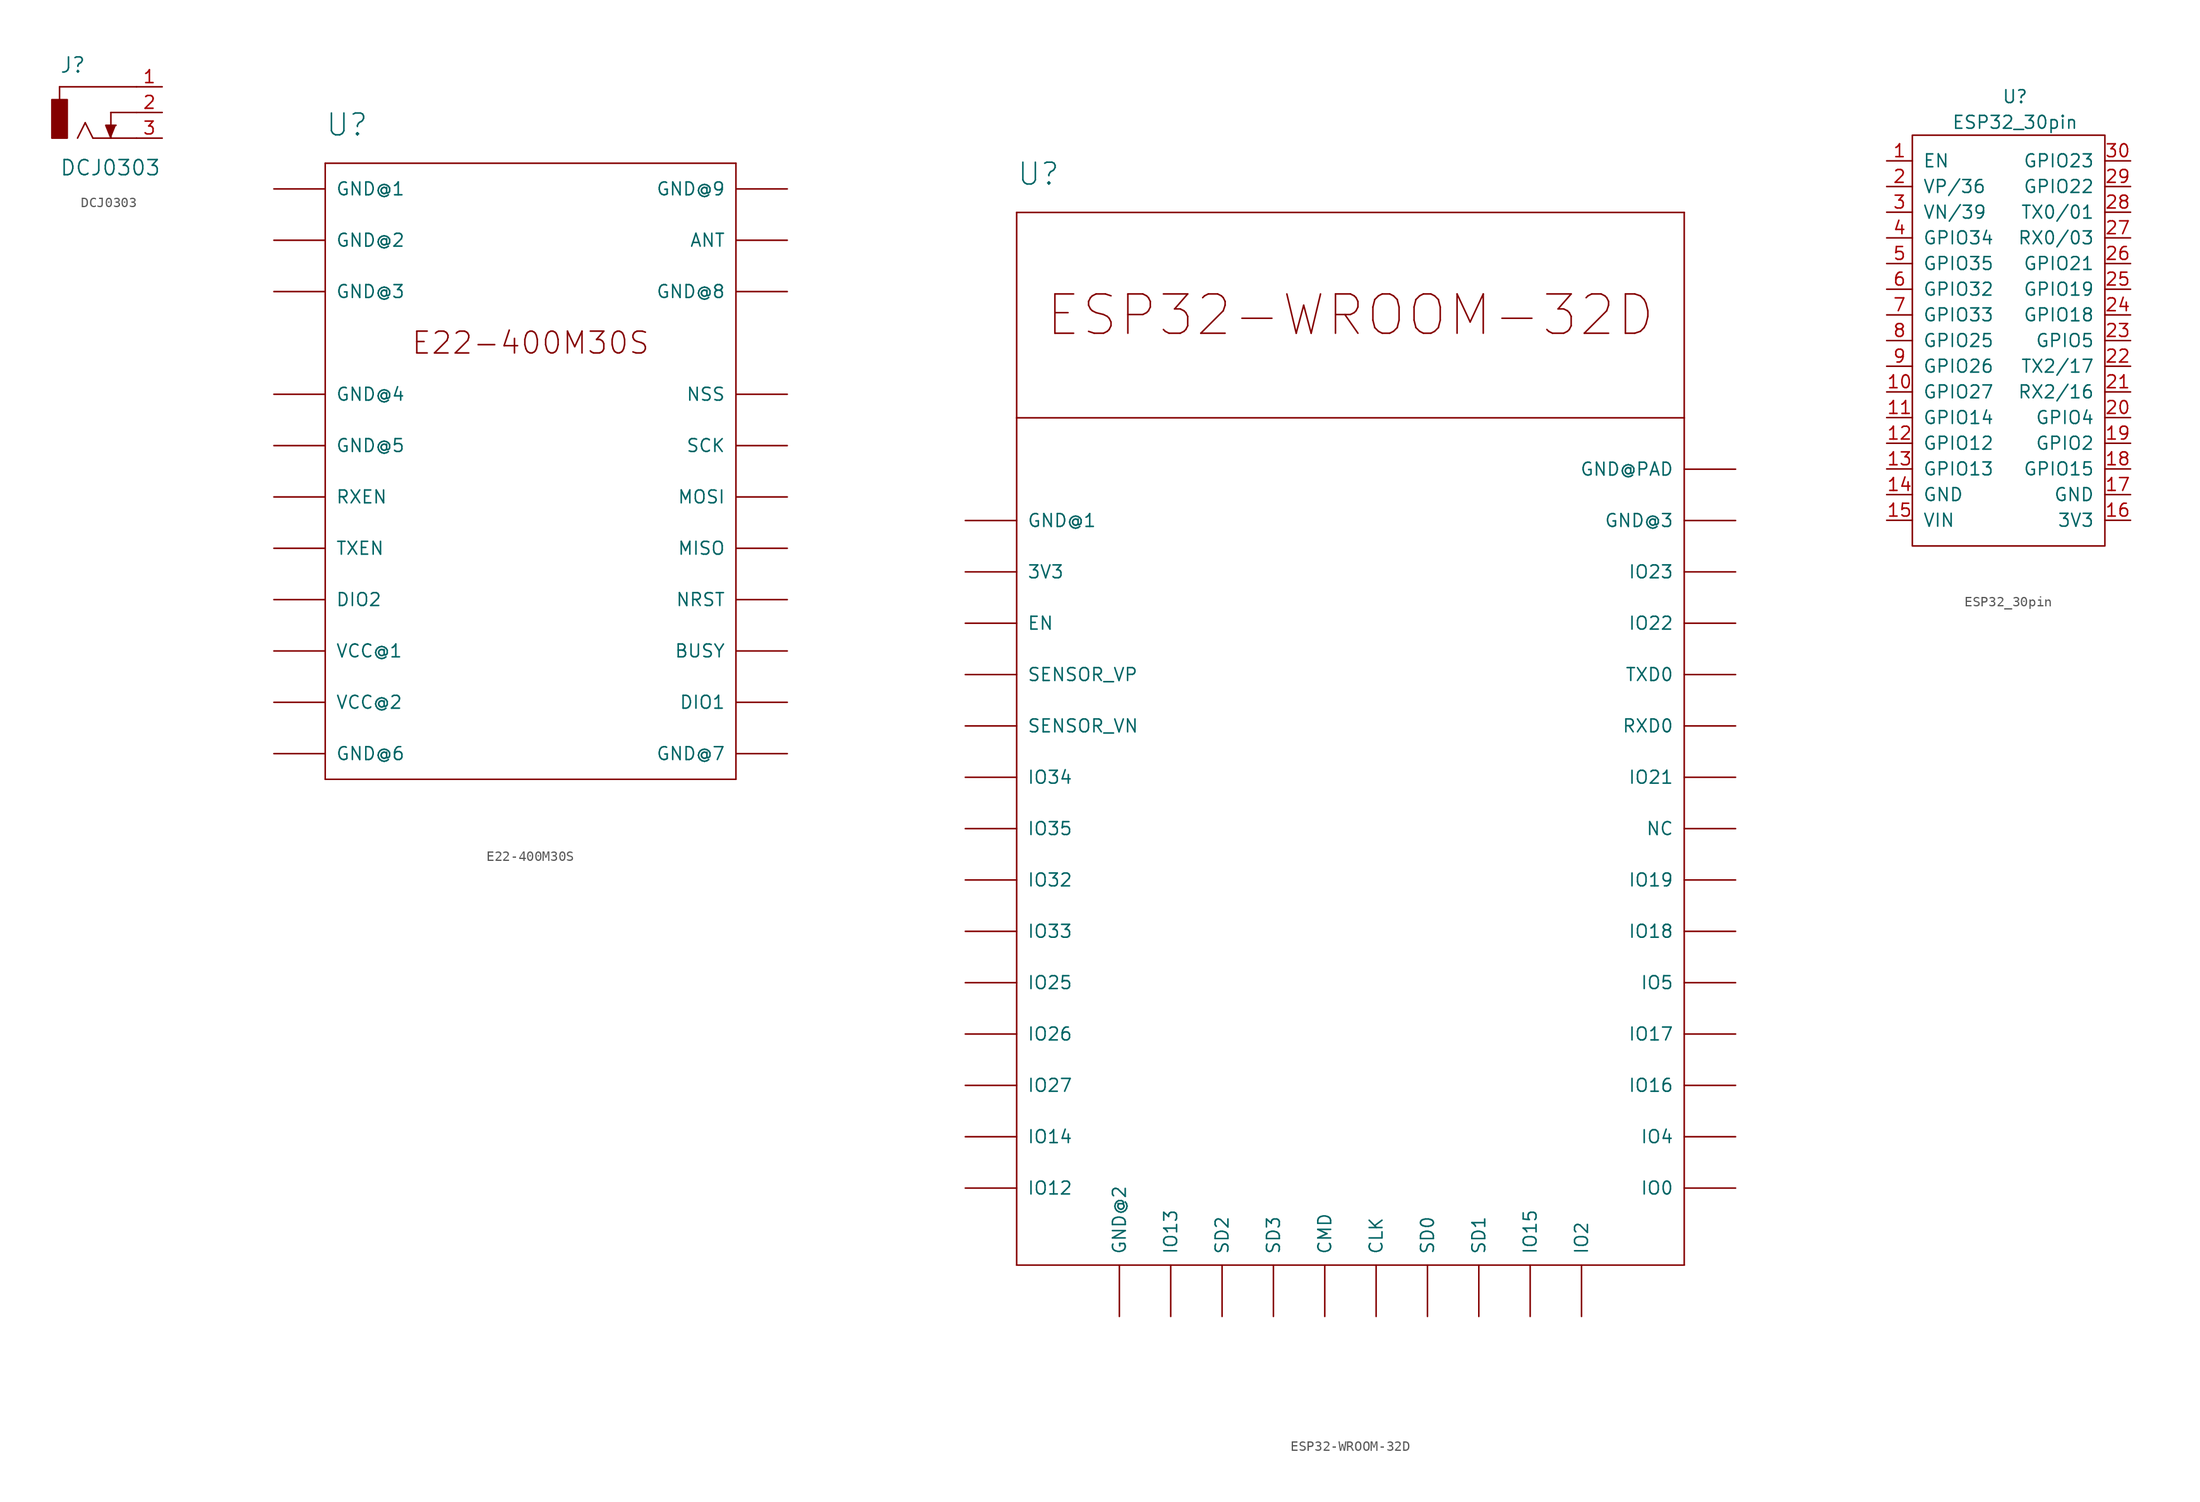
<source format=kicad_sym>
(kicad_symbol_lib
  (version 20211014)
  (generator kicad_symbol_editor)
  (symbol "DCJ0303"
    (pin_names
      (offset 1.016))
    (property "Reference" "J"
      (at -2.54 3.81 0)
      (effects (font (size 1.499 1.499)) (justify left bottom)))
    (property "Value" "DCJ0303"
      (at -2.54 -6.35 0)
      (effects (font (size 1.499 1.499)) (justify left bottom)))
    (property "ki_locked" ""
      (at 0 0 0)
      (effects (font (size 1.27 1.27))))
    (symbol "DCJ0303_1_0"
      (rectangle (start -3.302 -2.54) (end -1.778 1.27) (stroke (width 0) (type default) (color 0 0 0 0)) (fill (type outline)))
      (polyline (pts (xy -2.54 2.54) (xy -2.54 1.27)) (stroke (width 0) (type default) (color 0 0 0 0)) (fill (type none)))
      (polyline (pts (xy 0 -1.016) (xy -0.762 -2.54)) (stroke (width 0) (type default) (color 0 0 0 0)) (fill (type none)))
      (polyline (pts (xy 0.762 -2.54) (xy 0 -1.016)) (stroke (width 0) (type default) (color 0 0 0 0)) (fill (type none)))
      (polyline (pts (xy 2.54 -2.54) (xy 0.762 -2.54)) (stroke (width 0) (type default) (color 0 0 0 0)) (fill (type none)))
      (polyline (pts (xy 2.54 0) (xy 2.54 -2.54)) (stroke (width 0) (type default) (color 0 0 0 0)) (fill (type none)))
      (polyline (pts (xy 5.08 -2.54) (xy 2.54 -2.54)) (stroke (width 0) (type default) (color 0 0 0 0)) (fill (type none)))
      (polyline (pts (xy 5.08 0) (xy 2.54 0)) (stroke (width 0) (type default) (color 0 0 0 0)) (fill (type none)))
      (polyline (pts (xy 5.08 2.54) (xy -2.54 2.54)) (stroke (width 0) (type default) (color 0 0 0 0)) (fill (type none)))
      (polyline (pts (xy 2.54 -2.54) (xy 2.032 -1.27) (xy 3.048 -1.27)) (stroke (width 0) (type default) (color 0 0 0 0)) (fill (type outline)))
      (pin passive line (at 7.62 2.54 180) (length 2.54) (name "1" (effects (font (size 0 0)))) (number "1" (effects (font (size 1.27 1.27)))))
      (pin passive line (at 7.62 0 180) (length 2.54) (name "2" (effects (font (size 0 0)))) (number "2" (effects (font (size 1.27 1.27)))))
      (pin passive line (at 7.62 -2.54 180) (length 2.54) (name "3" (effects (font (size 0 0)))) (number "3" (effects (font (size 1.27 1.27)))))))
  (symbol "E22-400M30S"
    (pin_names
      (offset 1.016))
    (property "Reference" "U"
      (at -20.32 33.02 0)
      (effects (font (size 2.159 2.159)) (justify left bottom)))
    (property "ki_locked" ""
      (at 0 0 0)
      (effects (font (size 1.27 1.27))))
    (symbol "E22-400M30S_1_0"
      (polyline (pts (xy -20.32 -30.48) (xy 20.32 -30.48)) (stroke (width 0) (type default) (color 0 0 0 0)) (fill (type none)))
      (polyline (pts (xy -20.32 30.48) (xy -20.32 -30.48)) (stroke (width 0) (type default) (color 0 0 0 0)) (fill (type none)))
      (polyline (pts (xy 20.32 -30.48) (xy 20.32 30.48)) (stroke (width 0) (type default) (color 0 0 0 0)) (fill (type none)))
      (polyline (pts (xy 20.32 30.48) (xy -20.32 30.48)) (stroke (width 0) (type default) (color 0 0 0 0)) (fill (type none)))
      (text "E22-400M30S" (at 0 12.7 0) (effects (font (size 2.159 2.159))))
      (pin power_in line (at -25.4 27.94 0) (length 5.08) (name "GND@1" (effects (font (size 1.27 1.27)))) (number "1" (effects (font (size 0 0)))))
      (pin power_in line (at -25.4 -22.86 0) (length 5.08) (name "VCC@2" (effects (font (size 1.27 1.27)))) (number "10" (effects (font (size 0 0)))))
      (pin power_in line (at -25.4 -27.94 0) (length 5.08) (name "GND@6" (effects (font (size 1.27 1.27)))) (number "11" (effects (font (size 0 0)))))
      (pin power_in line (at 25.4 -27.94 180) (length 5.08) (name "GND@7" (effects (font (size 1.27 1.27)))) (number "12" (effects (font (size 0 0)))))
      (pin bidirectional line (at 25.4 -22.86 180) (length 5.08) (name "DIO1" (effects (font (size 1.27 1.27)))) (number "13" (effects (font (size 0 0)))))
      (pin bidirectional line (at 25.4 -17.78 180) (length 5.08) (name "BUSY" (effects (font (size 1.27 1.27)))) (number "14" (effects (font (size 0 0)))))
      (pin bidirectional line (at 25.4 -12.7 180) (length 5.08) (name "NRST" (effects (font (size 1.27 1.27)))) (number "15" (effects (font (size 0 0)))))
      (pin bidirectional line (at 25.4 -7.62 180) (length 5.08) (name "MISO" (effects (font (size 1.27 1.27)))) (number "16" (effects (font (size 0 0)))))
      (pin bidirectional line (at 25.4 -2.54 180) (length 5.08) (name "MOSI" (effects (font (size 1.27 1.27)))) (number "17" (effects (font (size 0 0)))))
      (pin bidirectional line (at 25.4 2.54 180) (length 5.08) (name "SCK" (effects (font (size 1.27 1.27)))) (number "18" (effects (font (size 0 0)))))
      (pin bidirectional line (at 25.4 7.62 180) (length 5.08) (name "NSS" (effects (font (size 1.27 1.27)))) (number "19" (effects (font (size 0 0)))))
      (pin power_in line (at -25.4 22.86 0) (length 5.08) (name "GND@2" (effects (font (size 1.27 1.27)))) (number "2" (effects (font (size 0 0)))))
      (pin power_in line (at 25.4 17.78 180) (length 5.08) (name "GND@8" (effects (font (size 1.27 1.27)))) (number "20" (effects (font (size 0 0)))))
      (pin bidirectional line (at 25.4 22.86 180) (length 5.08) (name "ANT" (effects (font (size 1.27 1.27)))) (number "21" (effects (font (size 0 0)))))
      (pin power_in line (at 25.4 27.94 180) (length 5.08) (name "GND@9" (effects (font (size 1.27 1.27)))) (number "22" (effects (font (size 0 0)))))
      (pin power_in line (at -25.4 17.78 0) (length 5.08) (name "GND@3" (effects (font (size 1.27 1.27)))) (number "3" (effects (font (size 0 0)))))
      (pin power_in line (at -25.4 7.62 0) (length 5.08) (name "GND@4" (effects (font (size 1.27 1.27)))) (number "4" (effects (font (size 0 0)))))
      (pin power_in line (at -25.4 2.54 0) (length 5.08) (name "GND@5" (effects (font (size 1.27 1.27)))) (number "5" (effects (font (size 0 0)))))
      (pin bidirectional line (at -25.4 -2.54 0) (length 5.08) (name "RXEN" (effects (font (size 1.27 1.27)))) (number "6" (effects (font (size 0 0)))))
      (pin bidirectional line (at -25.4 -7.62 0) (length 5.08) (name "TXEN" (effects (font (size 1.27 1.27)))) (number "7" (effects (font (size 0 0)))))
      (pin bidirectional line (at -25.4 -12.7 0) (length 5.08) (name "DIO2" (effects (font (size 1.27 1.27)))) (number "8" (effects (font (size 0 0)))))
      (pin power_in line (at -25.4 -17.78 0) (length 5.08) (name "VCC@1" (effects (font (size 1.27 1.27)))) (number "9" (effects (font (size 0 0)))))))
  (symbol "ESP32-WROOM-32D"
    (pin_names
      (offset 1.016))
    (property "Reference" "U"
      (at -33.02 68.58 0)
      (effects (font (size 2.159 2.159)) (justify left bottom)))
    (property "ki_locked" ""
      (at 0 0 0)
      (effects (font (size 1.27 1.27))))
    (symbol "ESP32-WROOM-32D_1_0"
      (polyline (pts (xy -33.02 -38.1) (xy 33.02 -38.1)) (stroke (width 0) (type default) (color 0 0 0 0)) (fill (type none)))
      (polyline (pts (xy -33.02 45.72) (xy -33.02 -38.1)) (stroke (width 0) (type default) (color 0 0 0 0)) (fill (type none)))
      (polyline (pts (xy -33.02 66.04) (xy -33.02 45.72)) (stroke (width 0) (type default) (color 0 0 0 0)) (fill (type none)))
      (polyline (pts (xy 33.02 -38.1) (xy 33.02 45.72)) (stroke (width 0) (type default) (color 0 0 0 0)) (fill (type none)))
      (polyline (pts (xy 33.02 45.72) (xy -33.02 45.72)) (stroke (width 0) (type default) (color 0 0 0 0)) (fill (type none)))
      (polyline (pts (xy 33.02 45.72) (xy 33.02 66.04)) (stroke (width 0) (type default) (color 0 0 0 0)) (fill (type none)))
      (polyline (pts (xy 33.02 66.04) (xy -33.02 66.04)) (stroke (width 0) (type default) (color 0 0 0 0)) (fill (type none)))
      (text "ESP32-WROOM-32D" (at 0 55.88 0) (effects (font (size 3.886 3.886))))
      (pin bidirectional line (at -38.1 35.56 0) (length 5.08) (name "GND@1" (effects (font (size 1.27 1.27)))) (number "1" (effects (font (size 0 0)))))
      (pin bidirectional line (at -38.1 -10.16 0) (length 5.08) (name "IO25" (effects (font (size 1.27 1.27)))) (number "10" (effects (font (size 0 0)))))
      (pin bidirectional line (at -38.1 -15.24 0) (length 5.08) (name "IO26" (effects (font (size 1.27 1.27)))) (number "11" (effects (font (size 0 0)))))
      (pin bidirectional line (at -38.1 -20.32 0) (length 5.08) (name "IO27" (effects (font (size 1.27 1.27)))) (number "12" (effects (font (size 0 0)))))
      (pin bidirectional line (at -38.1 -25.4 0) (length 5.08) (name "IO14" (effects (font (size 1.27 1.27)))) (number "13" (effects (font (size 0 0)))))
      (pin bidirectional line (at -38.1 -30.48 0) (length 5.08) (name "IO12" (effects (font (size 1.27 1.27)))) (number "14" (effects (font (size 0 0)))))
      (pin bidirectional line (at -22.86 -43.18 90) (length 5.08) (name "GND@2" (effects (font (size 1.27 1.27)))) (number "15" (effects (font (size 0 0)))))
      (pin bidirectional line (at -17.78 -43.18 90) (length 5.08) (name "IO13" (effects (font (size 1.27 1.27)))) (number "16" (effects (font (size 0 0)))))
      (pin bidirectional line (at -12.7 -43.18 90) (length 5.08) (name "SD2" (effects (font (size 1.27 1.27)))) (number "17" (effects (font (size 0 0)))))
      (pin bidirectional line (at -7.62 -43.18 90) (length 5.08) (name "SD3" (effects (font (size 1.27 1.27)))) (number "18" (effects (font (size 0 0)))))
      (pin bidirectional line (at -2.54 -43.18 90) (length 5.08) (name "CMD" (effects (font (size 1.27 1.27)))) (number "19" (effects (font (size 0 0)))))
      (pin bidirectional line (at -38.1 30.48 0) (length 5.08) (name "3V3" (effects (font (size 1.27 1.27)))) (number "2" (effects (font (size 0 0)))))
      (pin bidirectional line (at 2.54 -43.18 90) (length 5.08) (name "CLK" (effects (font (size 1.27 1.27)))) (number "20" (effects (font (size 0 0)))))
      (pin bidirectional line (at 7.62 -43.18 90) (length 5.08) (name "SD0" (effects (font (size 1.27 1.27)))) (number "21" (effects (font (size 0 0)))))
      (pin bidirectional line (at 12.7 -43.18 90) (length 5.08) (name "SD1" (effects (font (size 1.27 1.27)))) (number "22" (effects (font (size 0 0)))))
      (pin bidirectional line (at 17.78 -43.18 90) (length 5.08) (name "IO15" (effects (font (size 1.27 1.27)))) (number "23" (effects (font (size 0 0)))))
      (pin bidirectional line (at 22.86 -43.18 90) (length 5.08) (name "IO2" (effects (font (size 1.27 1.27)))) (number "24" (effects (font (size 0 0)))))
      (pin bidirectional line (at 38.1 -30.48 180) (length 5.08) (name "IO0" (effects (font (size 1.27 1.27)))) (number "25" (effects (font (size 0 0)))))
      (pin bidirectional line (at 38.1 -25.4 180) (length 5.08) (name "IO4" (effects (font (size 1.27 1.27)))) (number "26" (effects (font (size 0 0)))))
      (pin bidirectional line (at 38.1 -20.32 180) (length 5.08) (name "IO16" (effects (font (size 1.27 1.27)))) (number "27" (effects (font (size 0 0)))))
      (pin bidirectional line (at 38.1 -15.24 180) (length 5.08) (name "IO17" (effects (font (size 1.27 1.27)))) (number "28" (effects (font (size 0 0)))))
      (pin bidirectional line (at 38.1 -10.16 180) (length 5.08) (name "IO5" (effects (font (size 1.27 1.27)))) (number "29" (effects (font (size 0 0)))))
      (pin bidirectional line (at -38.1 25.4 0) (length 5.08) (name "EN" (effects (font (size 1.27 1.27)))) (number "3" (effects (font (size 0 0)))))
      (pin bidirectional line (at 38.1 -5.08 180) (length 5.08) (name "IO18" (effects (font (size 1.27 1.27)))) (number "30" (effects (font (size 0 0)))))
      (pin bidirectional line (at 38.1 0 180) (length 5.08) (name "IO19" (effects (font (size 1.27 1.27)))) (number "31" (effects (font (size 0 0)))))
      (pin bidirectional line (at 38.1 5.08 180) (length 5.08) (name "NC" (effects (font (size 1.27 1.27)))) (number "32" (effects (font (size 0 0)))))
      (pin bidirectional line (at 38.1 10.16 180) (length 5.08) (name "IO21" (effects (font (size 1.27 1.27)))) (number "33" (effects (font (size 0 0)))))
      (pin bidirectional line (at 38.1 15.24 180) (length 5.08) (name "RXD0" (effects (font (size 1.27 1.27)))) (number "34" (effects (font (size 0 0)))))
      (pin bidirectional line (at 38.1 20.32 180) (length 5.08) (name "TXD0" (effects (font (size 1.27 1.27)))) (number "35" (effects (font (size 0 0)))))
      (pin bidirectional line (at 38.1 25.4 180) (length 5.08) (name "IO22" (effects (font (size 1.27 1.27)))) (number "36" (effects (font (size 0 0)))))
      (pin bidirectional line (at 38.1 30.48 180) (length 5.08) (name "IO23" (effects (font (size 1.27 1.27)))) (number "37" (effects (font (size 0 0)))))
      (pin bidirectional line (at 38.1 35.56 180) (length 5.08) (name "GND@3" (effects (font (size 1.27 1.27)))) (number "38" (effects (font (size 0 0)))))
      (pin bidirectional line (at 38.1 40.64 180) (length 5.08) (name "GND@PAD" (effects (font (size 1.27 1.27)))) (number "39" (effects (font (size 0 0)))))
      (pin bidirectional line (at -38.1 20.32 0) (length 5.08) (name "SENSOR_VP" (effects (font (size 1.27 1.27)))) (number "4" (effects (font (size 0 0)))))
      (pin bidirectional line (at -38.1 15.24 0) (length 5.08) (name "SENSOR_VN" (effects (font (size 1.27 1.27)))) (number "5" (effects (font (size 0 0)))))
      (pin bidirectional line (at -38.1 10.16 0) (length 5.08) (name "IO34" (effects (font (size 1.27 1.27)))) (number "6" (effects (font (size 0 0)))))
      (pin bidirectional line (at -38.1 5.08 0) (length 5.08) (name "IO35" (effects (font (size 1.27 1.27)))) (number "7" (effects (font (size 0 0)))))
      (pin bidirectional line (at -38.1 0 0) (length 5.08) (name "IO32" (effects (font (size 1.27 1.27)))) (number "8" (effects (font (size 0 0)))))
      (pin bidirectional line (at -38.1 -5.08 0) (length 5.08) (name "IO33" (effects (font (size 1.27 1.27)))) (number "9" (effects (font (size 0 0)))))))
  (symbol "ESP32_30pin"
    (pin_names
      (offset 1.016))
    (property "Reference" "U"
      (at 2.54 1.27 0)
      (effects (font (size 1.27 1.27))))
    (property "Value" "ESP32_30pin"
      (at 2.54 -1.27 0)
      (effects (font (size 1.27 1.27))))
    (symbol "ESP32_30pin_0_1"
      (rectangle (start -7.62 -2.54) (end 11.43 -43.18) (stroke (width 0) (type default) (color 0 0 0 0)) (fill (type none))))
    (symbol "ESP32_30pin_1_1"
      (pin bidirectional line (at -10.16 -5.08 0) (length 2.54) (name "EN" (effects (font (size 1.27 1.27)))) (number "1" (effects (font (size 1.27 1.27)))))
      (pin bidirectional line (at -10.16 -27.94 0) (length 2.54) (name "GPIO27" (effects (font (size 1.27 1.27)))) (number "10" (effects (font (size 1.27 1.27)))))
      (pin bidirectional line (at -10.16 -30.48 0) (length 2.54) (name "GPIO14" (effects (font (size 1.27 1.27)))) (number "11" (effects (font (size 1.27 1.27)))))
      (pin bidirectional line (at -10.16 -33.02 0) (length 2.54) (name "GPIO12" (effects (font (size 1.27 1.27)))) (number "12" (effects (font (size 1.27 1.27)))))
      (pin bidirectional line (at -10.16 -35.56 0) (length 2.54) (name "GPIO13" (effects (font (size 1.27 1.27)))) (number "13" (effects (font (size 1.27 1.27)))))
      (pin power_in line (at -10.16 -38.1 0) (length 2.54) (name "GND" (effects (font (size 1.27 1.27)))) (number "14" (effects (font (size 1.27 1.27)))))
      (pin power_in line (at -10.16 -40.64 0) (length 2.54) (name "VIN" (effects (font (size 1.27 1.27)))) (number "15" (effects (font (size 1.27 1.27)))))
      (pin power_out line (at 13.97 -40.64 180) (length 2.54) (name "3V3" (effects (font (size 1.27 1.27)))) (number "16" (effects (font (size 1.27 1.27)))))
      (pin power_in line (at 13.97 -38.1 180) (length 2.54) (name "GND" (effects (font (size 1.27 1.27)))) (number "17" (effects (font (size 1.27 1.27)))))
      (pin bidirectional line (at 13.97 -35.56 180) (length 2.54) (name "GPIO15" (effects (font (size 1.27 1.27)))) (number "18" (effects (font (size 1.27 1.27)))))
      (pin bidirectional line (at 13.97 -33.02 180) (length 2.54) (name "GPIO2" (effects (font (size 1.27 1.27)))) (number "19" (effects (font (size 1.27 1.27)))))
      (pin bidirectional line (at -10.16 -7.62 0) (length 2.54) (name "VP/36" (effects (font (size 1.27 1.27)))) (number "2" (effects (font (size 1.27 1.27)))))
      (pin bidirectional line (at 13.97 -30.48 180) (length 2.54) (name "GPIO4" (effects (font (size 1.27 1.27)))) (number "20" (effects (font (size 1.27 1.27)))))
      (pin bidirectional line (at 13.97 -27.94 180) (length 2.54) (name "RX2/16" (effects (font (size 1.27 1.27)))) (number "21" (effects (font (size 1.27 1.27)))))
      (pin bidirectional line (at 13.97 -25.4 180) (length 2.54) (name "TX2/17" (effects (font (size 1.27 1.27)))) (number "22" (effects (font (size 1.27 1.27)))))
      (pin bidirectional line (at 13.97 -22.86 180) (length 2.54) (name "GPIO5" (effects (font (size 1.27 1.27)))) (number "23" (effects (font (size 1.27 1.27)))))
      (pin bidirectional line (at 13.97 -20.32 180) (length 2.54) (name "GPIO18" (effects (font (size 1.27 1.27)))) (number "24" (effects (font (size 1.27 1.27)))))
      (pin bidirectional line (at 13.97 -17.78 180) (length 2.54) (name "GPIO19" (effects (font (size 1.27 1.27)))) (number "25" (effects (font (size 1.27 1.27)))))
      (pin bidirectional line (at 13.97 -15.24 180) (length 2.54) (name "GPIO21" (effects (font (size 1.27 1.27)))) (number "26" (effects (font (size 1.27 1.27)))))
      (pin bidirectional line (at 13.97 -12.7 180) (length 2.54) (name "RX0/03" (effects (font (size 1.27 1.27)))) (number "27" (effects (font (size 1.27 1.27)))))
      (pin bidirectional line (at 13.97 -10.16 180) (length 2.54) (name "TX0/01" (effects (font (size 1.27 1.27)))) (number "28" (effects (font (size 1.27 1.27)))))
      (pin bidirectional line (at 13.97 -7.62 180) (length 2.54) (name "GPIO22" (effects (font (size 1.27 1.27)))) (number "29" (effects (font (size 1.27 1.27)))))
      (pin bidirectional line (at -10.16 -10.16 0) (length 2.54) (name "VN/39" (effects (font (size 1.27 1.27)))) (number "3" (effects (font (size 1.27 1.27)))))
      (pin bidirectional line (at 13.97 -5.08 180) (length 2.54) (name "GPIO23" (effects (font (size 1.27 1.27)))) (number "30" (effects (font (size 1.27 1.27)))))
      (pin bidirectional line (at -10.16 -12.7 0) (length 2.54) (name "GPIO34" (effects (font (size 1.27 1.27)))) (number "4" (effects (font (size 1.27 1.27)))))
      (pin bidirectional line (at -10.16 -15.24 0) (length 2.54) (name "GPIO35" (effects (font (size 1.27 1.27)))) (number "5" (effects (font (size 1.27 1.27)))))
      (pin bidirectional line (at -10.16 -17.78 0) (length 2.54) (name "GPIO32" (effects (font (size 1.27 1.27)))) (number "6" (effects (font (size 1.27 1.27)))))
      (pin bidirectional line (at -10.16 -20.32 0) (length 2.54) (name "GPIO33" (effects (font (size 1.27 1.27)))) (number "7" (effects (font (size 1.27 1.27)))))
      (pin bidirectional line (at -10.16 -22.86 0) (length 2.54) (name "GPIO25" (effects (font (size 1.27 1.27)))) (number "8" (effects (font (size 1.27 1.27)))))
      (pin bidirectional line (at -10.16 -25.4 0) (length 2.54) (name "GPIO26" (effects (font (size 1.27 1.27)))) (number "9" (effects (font (size 1.27 1.27))))))))
</source>
